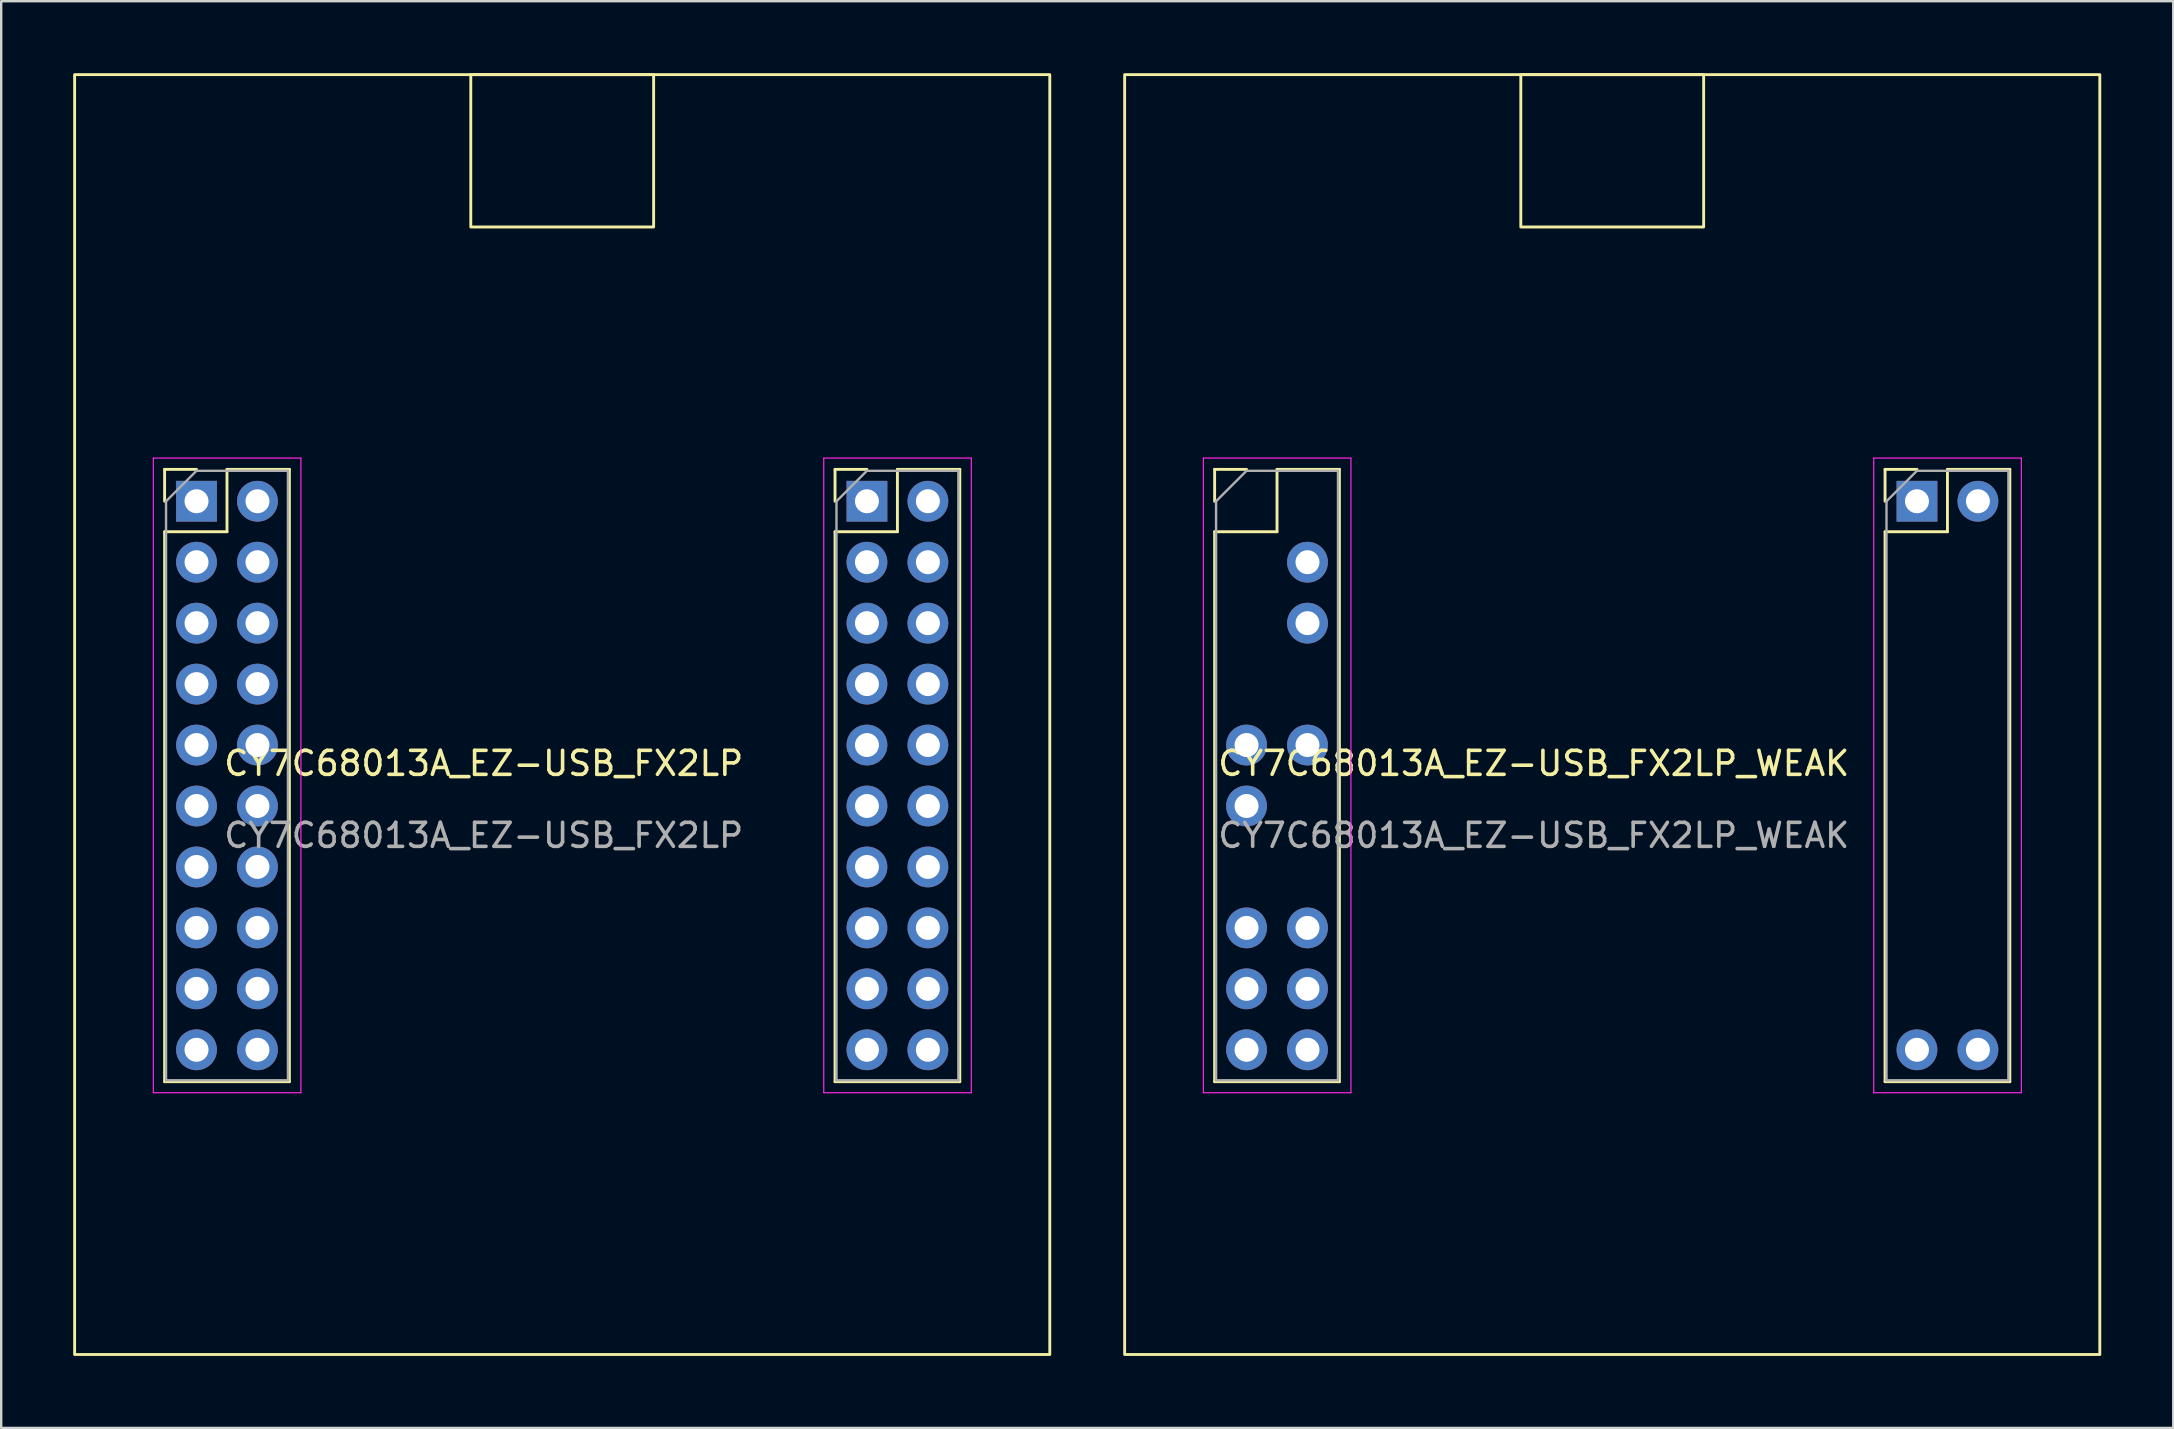
<source format=kicad_pcb>
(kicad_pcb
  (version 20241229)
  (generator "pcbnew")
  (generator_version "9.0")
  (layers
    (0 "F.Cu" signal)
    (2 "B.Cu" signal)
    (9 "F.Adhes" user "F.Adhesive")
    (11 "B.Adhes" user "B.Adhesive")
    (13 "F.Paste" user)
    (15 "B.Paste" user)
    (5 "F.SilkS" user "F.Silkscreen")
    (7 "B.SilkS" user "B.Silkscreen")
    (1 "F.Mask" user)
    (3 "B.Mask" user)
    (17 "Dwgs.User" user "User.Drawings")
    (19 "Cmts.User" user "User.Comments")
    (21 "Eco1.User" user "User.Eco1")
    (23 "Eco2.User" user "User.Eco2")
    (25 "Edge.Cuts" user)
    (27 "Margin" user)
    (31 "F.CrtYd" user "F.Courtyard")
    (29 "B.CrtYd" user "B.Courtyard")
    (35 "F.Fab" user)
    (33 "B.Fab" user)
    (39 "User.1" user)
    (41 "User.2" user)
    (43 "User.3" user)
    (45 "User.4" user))
  (footprint "CY7C68013A_EZ-USB_FX2LP"
    (layer "F.Cu")
    (at 17.11 29.265)
    (property "Reference" "CY7C68013A_EZ-USB_FX2LP" (at 0 -0.5 0) (unlocked yes) (layer "F.SilkS") (effects (font (size 1 1) (thickness 0.15))))
    (attr through_hole)
    (fp_line (start -13.3 -12.755) (end -11.97 -12.755) (stroke (width 0.12) (type solid)) (layer "F.SilkS"))
    (fp_line (start -13.3 -11.425) (end -13.3 -12.755) (stroke (width 0.12) (type solid)) (layer "F.SilkS"))
    (fp_line (start -13.3 -10.155) (end -13.3 12.765) (stroke (width 0.12) (type solid)) (layer "F.SilkS"))
    (fp_line (start -13.3 -10.155) (end -10.7 -10.155) (stroke (width 0.12) (type solid)) (layer "F.SilkS"))
    (fp_line (start -13.3 12.765) (end -8.1 12.765) (stroke (width 0.12) (type solid)) (layer "F.SilkS"))
    (fp_line (start -10.7 -12.755) (end -8.1 -12.755) (stroke (width 0.12) (type solid)) (layer "F.SilkS"))
    (fp_line (start -10.7 -10.155) (end -10.7 -12.755) (stroke (width 0.12) (type solid)) (layer "F.SilkS"))
    (fp_line (start -8.1 -12.755) (end -8.1 12.765) (stroke (width 0.12) (type solid)) (layer "F.SilkS"))
    (fp_line (start 14.64 -12.755) (end 15.97 -12.755) (stroke (width 0.12) (type solid)) (layer "F.SilkS"))
    (fp_line (start 14.64 -11.425) (end 14.64 -12.755) (stroke (width 0.12) (type solid)) (layer "F.SilkS"))
    (fp_line (start 14.64 -10.155) (end 14.64 12.765) (stroke (width 0.12) (type solid)) (layer "F.SilkS"))
    (fp_line (start 14.64 -10.155) (end 17.24 -10.155) (stroke (width 0.12) (type solid)) (layer "F.SilkS"))
    (fp_line (start 14.64 12.765) (end 19.84 12.765) (stroke (width 0.12) (type solid)) (layer "F.SilkS"))
    (fp_line (start 17.24 -12.755) (end 19.84 -12.755) (stroke (width 0.12) (type solid)) (layer "F.SilkS"))
    (fp_line (start 17.24 -10.155) (end 17.24 -12.755) (stroke (width 0.12) (type solid)) (layer "F.SilkS"))
    (fp_line (start 19.84 -12.755) (end 19.84 12.765) (stroke (width 0.12) (type solid)) (layer "F.SilkS"))
    (fp_rect (start -17.05 -29.205) (end 23.59 24.135) (stroke (width 0.12) (type solid)) (fill no) (layer "F.SilkS"))
    (fp_rect (start -0.54 -29.205) (end 7.08 -22.855) (stroke (width 0.12) (type solid)) (fill no) (layer "F.SilkS"))
    (fp_line (start -13.77 -13.225) (end -13.77 13.225) (stroke (width 0.05) (type solid)) (layer "F.CrtYd"))
    (fp_line (start -13.77 13.225) (end -7.62 13.225) (stroke (width 0.05) (type solid)) (layer "F.CrtYd"))
    (fp_line (start -7.62 -13.225) (end -13.77 -13.225) (stroke (width 0.05) (type solid)) (layer "F.CrtYd"))
    (fp_line (start -7.62 13.225) (end -7.62 -13.225) (stroke (width 0.05) (type solid)) (layer "F.CrtYd"))
    (fp_line (start 14.17 -13.225) (end 14.17 13.225) (stroke (width 0.05) (type solid)) (layer "F.CrtYd"))
    (fp_line (start 14.17 13.225) (end 20.32 13.225) (stroke (width 0.05) (type solid)) (layer "F.CrtYd"))
    (fp_line (start 20.32 -13.225) (end 14.17 -13.225) (stroke (width 0.05) (type solid)) (layer "F.CrtYd"))
    (fp_line (start 20.32 13.225) (end 20.32 -13.225) (stroke (width 0.05) (type solid)) (layer "F.CrtYd"))
    (fp_line (start -13.24 -11.425) (end -11.97 -12.695) (stroke (width 0.1) (type solid)) (layer "F.Fab"))
    (fp_line (start -13.24 12.705) (end -13.24 -11.425) (stroke (width 0.1) (type solid)) (layer "F.Fab"))
    (fp_line (start -11.97 -12.695) (end -8.16 -12.695) (stroke (width 0.1) (type solid)) (layer "F.Fab"))
    (fp_line (start -8.16 -12.695) (end -8.16 12.705) (stroke (width 0.1) (type solid)) (layer "F.Fab"))
    (fp_line (start -8.16 12.705) (end -13.24 12.705) (stroke (width 0.1) (type solid)) (layer "F.Fab"))
    (fp_line (start 14.7 -11.425) (end 15.97 -12.695) (stroke (width 0.1) (type solid)) (layer "F.Fab"))
    (fp_line (start 14.7 12.705) (end 14.7 -11.425) (stroke (width 0.1) (type solid)) (layer "F.Fab"))
    (fp_line (start 15.97 -12.695) (end 19.78 -12.695) (stroke (width 0.1) (type solid)) (layer "F.Fab"))
    (fp_line (start 19.78 -12.695) (end 19.78 12.705) (stroke (width 0.1) (type solid)) (layer "F.Fab"))
    (fp_line (start 19.78 12.705) (end 14.7 12.705) (stroke (width 0.1) (type solid)) (layer "F.Fab"))
    (fp_text user "${REFERENCE}" (at 0 2.5 0) (unlocked yes) (layer "F.Fab") (effects (font (size 1 1) (thickness 0.15))))
    (pad "1" thru_hole rect (at -11.97 -11.425) (size 1.7 1.7) (drill 1) (layers "*.Cu" "*.Mask"))
    (pad "2" thru_hole oval (at -9.43 -11.425) (size 1.7 1.7) (drill 1) (layers "*.Cu" "*.Mask"))
    (pad "3" thru_hole oval (at -11.97 -8.885) (size 1.7 1.7) (drill 1) (layers "*.Cu" "*.Mask"))
    (pad "4" thru_hole oval (at -9.43 -8.885) (size 1.7 1.7) (drill 1) (layers "*.Cu" "*.Mask"))
    (pad "5" thru_hole oval (at -11.97 -6.345) (size 1.7 1.7) (drill 1) (layers "*.Cu" "*.Mask"))
    (pad "6" thru_hole oval (at -9.43 -6.345) (size 1.7 1.7) (drill 1) (layers "*.Cu" "*.Mask"))
    (pad "7" thru_hole oval (at -11.97 -3.805) (size 1.7 1.7) (drill 1) (layers "*.Cu" "*.Mask"))
    (pad "8" thru_hole oval (at -9.43 -3.805) (size 1.7 1.7) (drill 1) (layers "*.Cu" "*.Mask"))
    (pad "9" thru_hole oval (at -11.97 -1.265) (size 1.7 1.7) (drill 1) (layers "*.Cu" "*.Mask"))
    (pad "10" thru_hole oval (at -9.43 -1.265) (size 1.7 1.7) (drill 1) (layers "*.Cu" "*.Mask"))
    (pad "11" thru_hole oval (at -11.97 1.275) (size 1.7 1.7) (drill 1) (layers "*.Cu" "*.Mask"))
    (pad "12" thru_hole oval (at -9.43 1.275) (size 1.7 1.7) (drill 1) (layers "*.Cu" "*.Mask"))
    (pad "13" thru_hole oval (at -11.97 3.815) (size 1.7 1.7) (drill 1) (layers "*.Cu" "*.Mask"))
    (pad "14" thru_hole oval (at -9.43 3.815) (size 1.7 1.7) (drill 1) (layers "*.Cu" "*.Mask"))
    (pad "15" thru_hole oval (at -11.97 6.355) (size 1.7 1.7) (drill 1) (layers "*.Cu" "*.Mask"))
    (pad "16" thru_hole oval (at -9.43 6.355) (size 1.7 1.7) (drill 1) (layers "*.Cu" "*.Mask"))
    (pad "17" thru_hole oval (at -11.97 8.895) (size 1.7 1.7) (drill 1) (layers "*.Cu" "*.Mask"))
    (pad "18" thru_hole oval (at -9.43 8.895) (size 1.7 1.7) (drill 1) (layers "*.Cu" "*.Mask"))
    (pad "19" thru_hole oval (at -11.97 11.435) (size 1.7 1.7) (drill 1) (layers "*.Cu" "*.Mask"))
    (pad "20" thru_hole oval (at -9.43 11.435) (size 1.7 1.7) (drill 1) (layers "*.Cu" "*.Mask"))
    (pad "21" thru_hole rect (at 15.97 -11.425) (size 1.7 1.7) (drill 1) (layers "*.Cu" "*.Mask"))
    (pad "22" thru_hole oval (at 18.51 -11.425) (size 1.7 1.7) (drill 1) (layers "*.Cu" "*.Mask"))
    (pad "23" thru_hole oval (at 15.97 -8.885) (size 1.7 1.7) (drill 1) (layers "*.Cu" "*.Mask"))
    (pad "24" thru_hole oval (at 18.51 -8.885) (size 1.7 1.7) (drill 1) (layers "*.Cu" "*.Mask"))
    (pad "25" thru_hole oval (at 15.97 -6.345) (size 1.7 1.7) (drill 1) (layers "*.Cu" "*.Mask"))
    (pad "26" thru_hole oval (at 18.51 -6.345) (size 1.7 1.7) (drill 1) (layers "*.Cu" "*.Mask"))
    (pad "27" thru_hole oval (at 15.97 -3.805) (size 1.7 1.7) (drill 1) (layers "*.Cu" "*.Mask"))
    (pad "28" thru_hole oval (at 18.51 -3.805) (size 1.7 1.7) (drill 1) (layers "*.Cu" "*.Mask"))
    (pad "29" thru_hole oval (at 15.97 -1.265) (size 1.7 1.7) (drill 1) (layers "*.Cu" "*.Mask"))
    (pad "30" thru_hole oval (at 18.51 -1.265) (size 1.7 1.7) (drill 1) (layers "*.Cu" "*.Mask"))
    (pad "31" thru_hole oval (at 15.97 1.275) (size 1.7 1.7) (drill 1) (layers "*.Cu" "*.Mask"))
    (pad "32" thru_hole oval (at 18.51 1.275) (size 1.7 1.7) (drill 1) (layers "*.Cu" "*.Mask"))
    (pad "33" thru_hole oval (at 15.97 3.815) (size 1.7 1.7) (drill 1) (layers "*.Cu" "*.Mask"))
    (pad "34" thru_hole oval (at 18.51 3.815) (size 1.7 1.7) (drill 1) (layers "*.Cu" "*.Mask"))
    (pad "35" thru_hole oval (at 15.97 6.355) (size 1.7 1.7) (drill 1) (layers "*.Cu" "*.Mask"))
    (pad "36" thru_hole oval (at 18.51 6.355) (size 1.7 1.7) (drill 1) (layers "*.Cu" "*.Mask"))
    (pad "37" thru_hole oval (at 15.97 8.895) (size 1.7 1.7) (drill 1) (layers "*.Cu" "*.Mask"))
    (pad "38" thru_hole oval (at 18.51 8.895) (size 1.7 1.7) (drill 1) (layers "*.Cu" "*.Mask"))
    (pad "39" thru_hole oval (at 15.97 11.435) (size 1.7 1.7) (drill 1) (layers "*.Cu" "*.Mask"))
    (pad "40" thru_hole oval (at 18.51 11.435) (size 1.7 1.7) (drill 1) (layers "*.Cu" "*.Mask")))
  (footprint "CY7C68013A_EZ-USB_FX2LP_WEAK"
    (layer "F.Cu")
    (at 60.87 29.265)
    (property "Reference" "CY7C68013A_EZ-USB_FX2LP_WEAK" (at 0 -0.5 0) (unlocked yes) (layer "F.SilkS") (effects (font (size 1 1) (thickness 0.15))))
    (attr through_hole)
    (fp_line (start -13.3 -12.755) (end -11.97 -12.755) (stroke (width 0.12) (type solid)) (layer "F.SilkS"))
    (fp_line (start -13.3 -11.425) (end -13.3 -12.755) (stroke (width 0.12) (type solid)) (layer "F.SilkS"))
    (fp_line (start -13.3 -10.155) (end -13.3 12.765) (stroke (width 0.12) (type solid)) (layer "F.SilkS"))
    (fp_line (start -13.3 -10.155) (end -10.7 -10.155) (stroke (width 0.12) (type solid)) (layer "F.SilkS"))
    (fp_line (start -13.3 12.765) (end -8.1 12.765) (stroke (width 0.12) (type solid)) (layer "F.SilkS"))
    (fp_line (start -10.7 -12.755) (end -8.1 -12.755) (stroke (width 0.12) (type solid)) (layer "F.SilkS"))
    (fp_line (start -10.7 -10.155) (end -10.7 -12.755) (stroke (width 0.12) (type solid)) (layer "F.SilkS"))
    (fp_line (start -8.1 -12.755) (end -8.1 12.765) (stroke (width 0.12) (type solid)) (layer "F.SilkS"))
    (fp_line (start 14.64 -12.755) (end 15.97 -12.755) (stroke (width 0.12) (type solid)) (layer "F.SilkS"))
    (fp_line (start 14.64 -11.425) (end 14.64 -12.755) (stroke (width 0.12) (type solid)) (layer "F.SilkS"))
    (fp_line (start 14.64 -10.155) (end 14.64 12.765) (stroke (width 0.12) (type solid)) (layer "F.SilkS"))
    (fp_line (start 14.64 -10.155) (end 17.24 -10.155) (stroke (width 0.12) (type solid)) (layer "F.SilkS"))
    (fp_line (start 14.64 12.765) (end 19.84 12.765) (stroke (width 0.12) (type solid)) (layer "F.SilkS"))
    (fp_line (start 17.24 -12.755) (end 19.84 -12.755) (stroke (width 0.12) (type solid)) (layer "F.SilkS"))
    (fp_line (start 17.24 -10.155) (end 17.24 -12.755) (stroke (width 0.12) (type solid)) (layer "F.SilkS"))
    (fp_line (start 19.84 -12.755) (end 19.84 12.765) (stroke (width 0.12) (type solid)) (layer "F.SilkS"))
    (fp_rect (start -17.05 -29.205) (end 23.59 24.135) (stroke (width 0.12) (type solid)) (fill no) (layer "F.SilkS"))
    (fp_rect (start -0.54 -29.205) (end 7.08 -22.855) (stroke (width 0.12) (type solid)) (fill no) (layer "F.SilkS"))
    (fp_line (start -13.77 -13.225) (end -13.77 13.225) (stroke (width 0.05) (type solid)) (layer "F.CrtYd"))
    (fp_line (start -13.77 13.225) (end -7.62 13.225) (stroke (width 0.05) (type solid)) (layer "F.CrtYd"))
    (fp_line (start -7.62 -13.225) (end -13.77 -13.225) (stroke (width 0.05) (type solid)) (layer "F.CrtYd"))
    (fp_line (start -7.62 13.225) (end -7.62 -13.225) (stroke (width 0.05) (type solid)) (layer "F.CrtYd"))
    (fp_line (start 14.17 -13.225) (end 14.17 13.225) (stroke (width 0.05) (type solid)) (layer "F.CrtYd"))
    (fp_line (start 14.17 13.225) (end 20.32 13.225) (stroke (width 0.05) (type solid)) (layer "F.CrtYd"))
    (fp_line (start 20.32 -13.225) (end 14.17 -13.225) (stroke (width 0.05) (type solid)) (layer "F.CrtYd"))
    (fp_line (start 20.32 13.225) (end 20.32 -13.225) (stroke (width 0.05) (type solid)) (layer "F.CrtYd"))
    (fp_line (start -13.24 -11.425) (end -11.97 -12.695) (stroke (width 0.1) (type solid)) (layer "F.Fab"))
    (fp_line (start -13.24 12.705) (end -13.24 -11.425) (stroke (width 0.1) (type solid)) (layer "F.Fab"))
    (fp_line (start -11.97 -12.695) (end -8.16 -12.695) (stroke (width 0.1) (type solid)) (layer "F.Fab"))
    (fp_line (start -8.16 -12.695) (end -8.16 12.705) (stroke (width 0.1) (type solid)) (layer "F.Fab"))
    (fp_line (start -8.16 12.705) (end -13.24 12.705) (stroke (width 0.1) (type solid)) (layer "F.Fab"))
    (fp_line (start 14.7 -11.425) (end 15.97 -12.695) (stroke (width 0.1) (type solid)) (layer "F.Fab"))
    (fp_line (start 14.7 12.705) (end 14.7 -11.425) (stroke (width 0.1) (type solid)) (layer "F.Fab"))
    (fp_line (start 15.97 -12.695) (end 19.78 -12.695) (stroke (width 0.1) (type solid)) (layer "F.Fab"))
    (fp_line (start 19.78 -12.695) (end 19.78 12.705) (stroke (width 0.1) (type solid)) (layer "F.Fab"))
    (fp_line (start 19.78 12.705) (end 14.7 12.705) (stroke (width 0.1) (type solid)) (layer "F.Fab"))
    (fp_text user "${REFERENCE}" (at 0 2.5 0) (unlocked yes) (layer "F.Fab") (effects (font (size 1 1) (thickness 0.15))))
    (pad "4" thru_hole oval (at -9.43 -8.885) (size 1.7 1.7) (drill 1) (layers "*.Cu" "*.Mask"))
    (pad "6" thru_hole oval (at -9.43 -6.345) (size 1.7 1.7) (drill 1) (layers "*.Cu" "*.Mask"))
    (pad "9" thru_hole oval (at -11.97 -1.265) (size 1.7 1.7) (drill 1) (layers "*.Cu" "*.Mask"))
    (pad "10" thru_hole oval (at -9.43 -1.265) (size 1.7 1.7) (drill 1) (layers "*.Cu" "*.Mask"))
    (pad "11" thru_hole oval (at -11.97 1.275) (size 1.7 1.7) (drill 1) (layers "*.Cu" "*.Mask"))
    (pad "15" thru_hole oval (at -11.97 6.355) (size 1.7 1.7) (drill 1) (layers "*.Cu" "*.Mask"))
    (pad "16" thru_hole oval (at -9.43 6.355) (size 1.7 1.7) (drill 1) (layers "*.Cu" "*.Mask"))
    (pad "17" thru_hole oval (at -11.97 8.895) (size 1.7 1.7) (drill 1) (layers "*.Cu" "*.Mask"))
    (pad "18" thru_hole oval (at -9.43 8.895) (size 1.7 1.7) (drill 1) (layers "*.Cu" "*.Mask"))
    (pad "19" thru_hole oval (at -11.97 11.435) (size 1.7 1.7) (drill 1) (layers "*.Cu" "*.Mask"))
    (pad "20" thru_hole oval (at -9.43 11.435) (size 1.7 1.7) (drill 1) (layers "*.Cu" "*.Mask"))
    (pad "21" thru_hole rect (at 15.97 -11.425) (size 1.7 1.7) (drill 1) (layers "*.Cu" "*.Mask"))
    (pad "22" thru_hole oval (at 18.51 -11.425) (size 1.7 1.7) (drill 1) (layers "*.Cu" "*.Mask"))
    (pad "39" thru_hole oval (at 15.97 11.435) (size 1.7 1.7) (drill 1) (layers "*.Cu" "*.Mask"))
    (pad "40" thru_hole oval (at 18.51 11.435) (size 1.7 1.7) (drill 1) (layers "*.Cu" "*.Mask")))
  (gr_rect
    (start -3 -3)
    (end 87.52 56.46)
    (stroke (width 0.1) (type default))
    (fill no)
    (layer "Edge.Cuts")))
</source>
